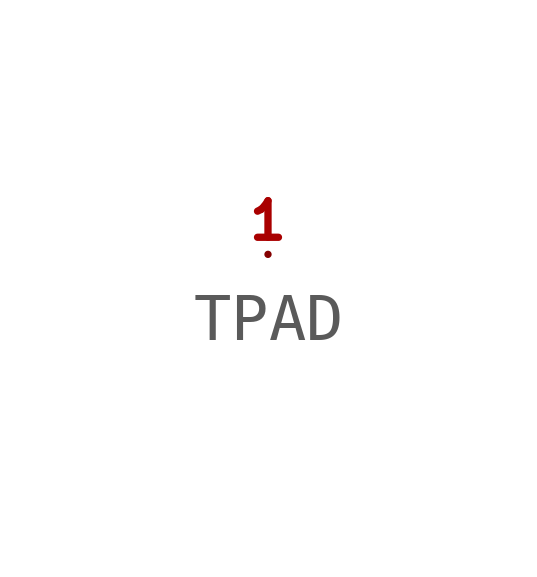
<source format=kicad_sym>
(kicad_symbol_lib
  (version 20211014)
  (generator kicad_symbol_editor)
  (symbol "TPAD"
    (pin_names
      (offset 1.016))
    (property "Reference" "T"
      (at 0 1.905 0)
      (effects (font (size 1.524 1.524)) hide))
    (symbol "TPAD_1_1"
      (pin passive line (at 0 0 180) (length 0) (name "~" (effects (font (size 0.762 0.762)))) (number "1" (effects (font (size 0.762 0.762))))))))
</source>
